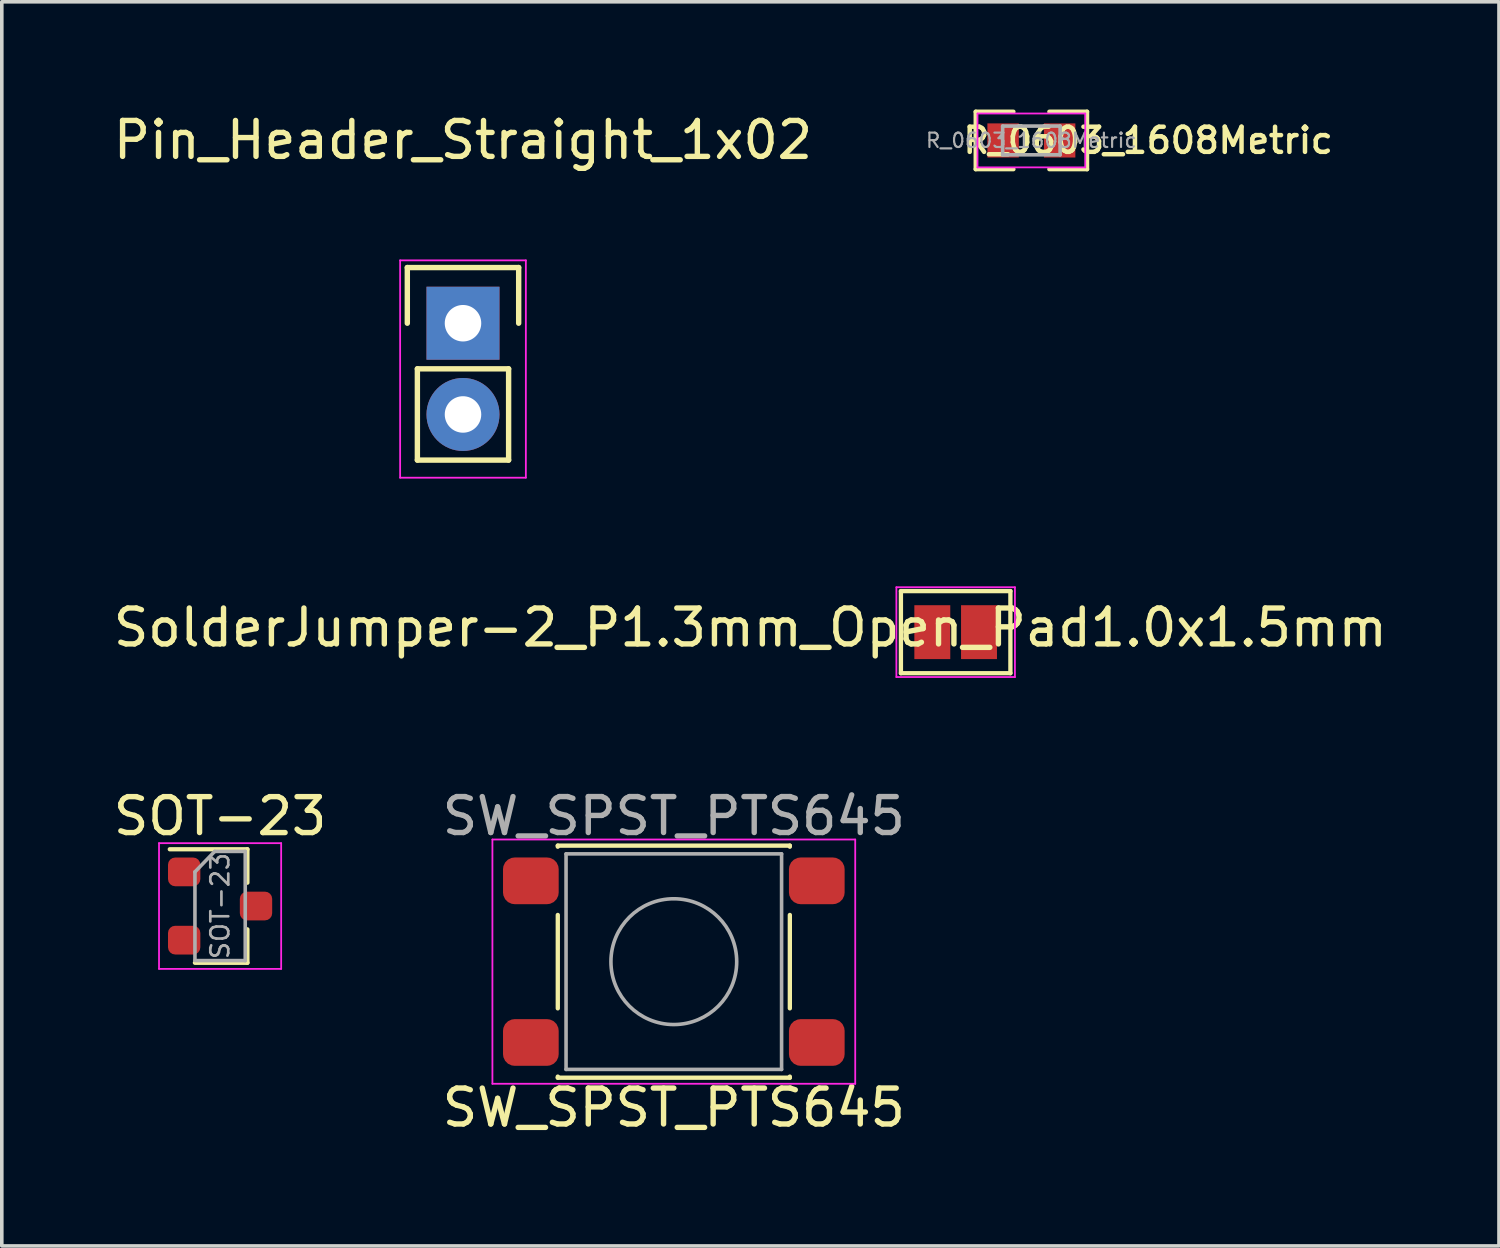
<source format=kicad_pcb>
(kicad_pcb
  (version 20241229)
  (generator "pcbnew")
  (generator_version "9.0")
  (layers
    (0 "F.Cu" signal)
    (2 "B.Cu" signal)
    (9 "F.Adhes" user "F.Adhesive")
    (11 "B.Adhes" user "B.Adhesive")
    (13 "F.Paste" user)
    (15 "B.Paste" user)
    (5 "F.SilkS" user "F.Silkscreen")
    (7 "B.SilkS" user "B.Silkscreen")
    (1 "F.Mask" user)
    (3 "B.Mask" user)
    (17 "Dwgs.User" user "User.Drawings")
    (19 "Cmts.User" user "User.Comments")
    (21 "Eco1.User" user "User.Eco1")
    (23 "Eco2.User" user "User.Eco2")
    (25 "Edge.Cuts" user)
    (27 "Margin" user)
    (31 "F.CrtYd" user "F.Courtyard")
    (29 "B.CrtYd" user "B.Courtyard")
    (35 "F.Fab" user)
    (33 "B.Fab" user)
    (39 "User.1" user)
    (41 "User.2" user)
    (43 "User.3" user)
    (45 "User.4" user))
  (footprint "SW_SPST_PTS645"
    (layer "F.Cu")
    (at 15.708 23.721)
    (property "Reference" "SW_SPST_PTS645" (at 0 4.064 0) (layer "F.SilkS") (effects (font (size 1 1) (thickness 0.15))))
    (attr smd)
    (fp_line (start -3.23 -3.23) (end 3.23 -3.23) (stroke (width 0.12) (type solid)) (layer "F.SilkS"))
    (fp_line (start -3.23 -3.2) (end -3.23 -3.23) (stroke (width 0.12) (type solid)) (layer "F.SilkS"))
    (fp_line (start -3.23 -1.3) (end -3.23 1.3) (stroke (width 0.12) (type solid)) (layer "F.SilkS"))
    (fp_line (start -3.23 3.23) (end -3.23 3.2) (stroke (width 0.12) (type solid)) (layer "F.SilkS"))
    (fp_line (start -3.23 3.23) (end 3.23 3.23) (stroke (width 0.12) (type solid)) (layer "F.SilkS"))
    (fp_line (start 3.23 -3.23) (end 3.23 -3.2) (stroke (width 0.12) (type solid)) (layer "F.SilkS"))
    (fp_line (start 3.23 -1.3) (end 3.23 1.3) (stroke (width 0.12) (type solid)) (layer "F.SilkS"))
    (fp_line (start 3.23 3.23) (end 3.23 3.2) (stroke (width 0.12) (type solid)) (layer "F.SilkS"))
    (fp_line (start -5.05 -3.4) (end -5.05 3.4) (stroke (width 0.05) (type solid)) (layer "F.CrtYd"))
    (fp_line (start -5.05 -3.4) (end 5.05 -3.4) (stroke (width 0.05) (type solid)) (layer "F.CrtYd"))
    (fp_line (start -5.05 3.4) (end 5.05 3.4) (stroke (width 0.05) (type solid)) (layer "F.CrtYd"))
    (fp_line (start 5.05 3.4) (end 5.05 -3.4) (stroke (width 0.05) (type solid)) (layer "F.CrtYd"))
    (fp_line (start -3 -3) (end -3 3) (stroke (width 0.1) (type solid)) (layer "F.Fab"))
    (fp_line (start -3 3) (end 3 3) (stroke (width 0.1) (type solid)) (layer "F.Fab"))
    (fp_line (start 3 -3) (end -3 -3) (stroke (width 0.1) (type solid)) (layer "F.Fab"))
    (fp_line (start 3 3) (end 3 -3) (stroke (width 0.1) (type solid)) (layer "F.Fab"))
    (fp_circle (center 0 0) (end 1.75 -0.05) (stroke (width 0.1) (type solid)) (fill no) (layer "F.Fab"))
    (fp_text user "${REFERENCE}" (at 0 -4.05 0) (layer "F.Fab") (effects (font (size 1 1) (thickness 0.15))))
    (pad "1" smd roundrect (at -3.98 -2.25) (size 1.55 1.3) (layers "F.Cu" "F.Mask" "F.Paste") (roundrect_rratio 0.25))
    (pad "1" smd roundrect (at 3.98 -2.25) (size 1.55 1.3) (layers "F.Cu" "F.Mask" "F.Paste") (roundrect_rratio 0.25))
    (pad "2" smd roundrect (at -3.98 2.25) (size 1.55 1.3) (layers "F.Cu" "F.Mask" "F.Paste") (roundrect_rratio 0.25))
    (pad "2" smd roundrect (at 3.98 2.25) (size 1.55 1.3) (layers "F.Cu" "F.Mask" "F.Paste") (roundrect_rratio 0.25)))
  (footprint "R_0603_1608Metric"
    (layer "F.Cu")
    (at 25.662 0.86)
    (property "Reference" "R_0603_1608Metric" (at 3.25 0 0) (layer "F.SilkS") (effects (font (size 0.7 0.7) (thickness 0.125))))
    (attr smd)
    (fp_line (start -1.55 -0.8) (end -1.55 0.8) (stroke (width 0.12) (type solid)) (layer "F.SilkS"))
    (fp_line (start -1.55 -0.8) (end -0.5 -0.8) (stroke (width 0.12) (type solid)) (layer "F.SilkS"))
    (fp_line (start -1.55 0.8) (end -0.5 0.8) (stroke (width 0.12) (type solid)) (layer "F.SilkS"))
    (fp_line (start 0.5 -0.8) (end 1.55 -0.8) (stroke (width 0.12) (type solid)) (layer "F.SilkS"))
    (fp_line (start 0.5 0.8) (end 1.55 0.8) (stroke (width 0.12) (type solid)) (layer "F.SilkS"))
    (fp_line (start 1.55 -0.8) (end 1.55 0.8) (stroke (width 0.12) (type solid)) (layer "F.SilkS"))
    (fp_line (start -1.5 -0.75) (end 1.5 -0.75) (stroke (width 0.05) (type solid)) (layer "F.CrtYd"))
    (fp_line (start -1.5 0.75) (end -1.5 -0.75) (stroke (width 0.05) (type solid)) (layer "F.CrtYd"))
    (fp_line (start 1.5 -0.75) (end 1.5 0.75) (stroke (width 0.05) (type solid)) (layer "F.CrtYd"))
    (fp_line (start 1.5 0.75) (end -1.5 0.75) (stroke (width 0.05) (type solid)) (layer "F.CrtYd"))
    (fp_line (start -0.8 -0.4) (end 0.8 -0.4) (stroke (width 0.1) (type solid)) (layer "F.Fab"))
    (fp_line (start -0.8 0.4) (end -0.8 -0.4) (stroke (width 0.1) (type solid)) (layer "F.Fab"))
    (fp_line (start 0.8 -0.4) (end 0.8 0.4) (stroke (width 0.1) (type solid)) (layer "F.Fab"))
    (fp_line (start 0.8 0.4) (end -0.8 0.4) (stroke (width 0.1) (type solid)) (layer "F.Fab"))
    (fp_text user "${REFERENCE}" (at 0 0 0) (layer "F.Fab") (effects (font (size 0.4 0.4) (thickness 0.06))))
    (pad "1" smd rect (at -0.787 0) (size 0.875 0.95) (layers "F.Cu" "F.Mask" "F.Paste"))
    (pad "2" smd rect (at 0.787 0) (size 0.875 0.95) (layers "F.Cu" "F.Mask" "F.Paste")))
  (footprint "SOT-23"
    (layer "F.Cu")
    (at 3.077 22.172)
    (property "Reference" "SOT-23" (at 0 -2.5 0) (layer "F.SilkS") (effects (font (size 1 1) (thickness 0.15))))
    (attr smd)
    (fp_line (start 0.76 -1.58) (end -1.4 -1.58) (stroke (width 0.12) (type solid)) (layer "F.SilkS"))
    (fp_line (start 0.76 -1.58) (end 0.76 -0.65) (stroke (width 0.12) (type solid)) (layer "F.SilkS"))
    (fp_line (start 0.76 1.58) (end -0.7 1.58) (stroke (width 0.12) (type solid)) (layer "F.SilkS"))
    (fp_line (start 0.76 1.58) (end 0.76 0.65) (stroke (width 0.12) (type solid)) (layer "F.SilkS"))
    (fp_line (start -1.7 -1.75) (end 1.7 -1.75) (stroke (width 0.05) (type solid)) (layer "F.CrtYd"))
    (fp_line (start -1.7 1.75) (end -1.7 -1.75) (stroke (width 0.05) (type solid)) (layer "F.CrtYd"))
    (fp_line (start 1.7 -1.75) (end 1.7 1.75) (stroke (width 0.05) (type solid)) (layer "F.CrtYd"))
    (fp_line (start 1.7 1.75) (end -1.7 1.75) (stroke (width 0.05) (type solid)) (layer "F.CrtYd"))
    (fp_line (start -0.7 -0.95) (end -0.7 1.5) (stroke (width 0.1) (type solid)) (layer "F.Fab"))
    (fp_line (start -0.7 -0.95) (end -0.15 -1.52) (stroke (width 0.1) (type solid)) (layer "F.Fab"))
    (fp_line (start -0.7 1.52) (end 0.7 1.52) (stroke (width 0.1) (type solid)) (layer "F.Fab"))
    (fp_line (start -0.15 -1.52) (end 0.7 -1.52) (stroke (width 0.1) (type solid)) (layer "F.Fab"))
    (fp_line (start 0.7 -1.52) (end 0.7 1.52) (stroke (width 0.1) (type solid)) (layer "F.Fab"))
    (fp_text user "${REFERENCE}" (at 0 0 90) (layer "F.Fab") (effects (font (size 0.5 0.5) (thickness 0.075))))
    (pad "1" smd roundrect (at -1 -0.95) (size 0.9 0.8) (layers "F.Cu" "F.Mask" "F.Paste") (roundrect_rratio 0.25))
    (pad "2" smd roundrect (at -1 0.95) (size 0.9 0.8) (layers "F.Cu" "F.Mask" "F.Paste") (roundrect_rratio 0.25))
    (pad "3" smd roundrect (at 1 0) (size 0.9 0.8) (layers "F.Cu" "F.Mask" "F.Paste") (roundrect_rratio 0.25)))
  (footprint "Pin_Header_Straight_1x02"
    (layer "F.Cu")
    (at 9.839 5.948)
    (property "Reference" "Pin_Header_Straight_1x02" (at 0 -5.1 0) (layer "F.SilkS") (effects (font (size 1 1) (thickness 0.15))))
    (attr through_hole)
    (fp_line (start -1.55 -1.55) (end 1.55 -1.55) (stroke (width 0.15) (type solid)) (layer "F.SilkS"))
    (fp_line (start -1.55 0) (end -1.55 -1.55) (stroke (width 0.15) (type solid)) (layer "F.SilkS"))
    (fp_line (start -1.27 1.27) (end -1.27 3.81) (stroke (width 0.15) (type solid)) (layer "F.SilkS"))
    (fp_line (start -1.27 3.81) (end 1.27 3.81) (stroke (width 0.15) (type solid)) (layer "F.SilkS"))
    (fp_line (start 1.27 1.27) (end -1.27 1.27) (stroke (width 0.15) (type solid)) (layer "F.SilkS"))
    (fp_line (start 1.27 1.27) (end 1.27 3.81) (stroke (width 0.15) (type solid)) (layer "F.SilkS"))
    (fp_line (start 1.55 -1.55) (end 1.55 0) (stroke (width 0.15) (type solid)) (layer "F.SilkS"))
    (fp_line (start -1.75 -1.75) (end -1.75 4.3) (stroke (width 0.05) (type solid)) (layer "F.CrtYd"))
    (fp_line (start -1.75 -1.75) (end 1.75 -1.75) (stroke (width 0.05) (type solid)) (layer "F.CrtYd"))
    (fp_line (start -1.75 4.3) (end 1.75 4.3) (stroke (width 0.05) (type solid)) (layer "F.CrtYd"))
    (fp_line (start 1.75 -1.75) (end 1.75 4.3) (stroke (width 0.05) (type solid)) (layer "F.CrtYd"))
    (pad "1" thru_hole rect (at 0 0) (size 2.032 2.032) (drill 1.016) (layers "*.Cu" "*.Mask"))
    (pad "2" thru_hole oval (at 0 2.54) (size 2.032 2.032) (drill 1.016) (layers "*.Cu" "*.Mask")))
  (footprint "SolderJumper-2_P1.3mm_Open_Pad1.0x1.5mm"
    (layer "F.Cu")
    (at 23.554 14.548)
    (property "Reference" "SolderJumper-2_P1.3mm_Open_Pad1.0x1.5mm" (at -5.715 -0.127 0) (layer "F.SilkS") (effects (font (size 1 1) (thickness 0.15))))
    (attr exclude_from_pos_files exclude_from_bom)
    (fp_line (start -1.524 -1.143) (end 1.524 -1.143) (stroke (width 0.12) (type solid)) (layer "F.SilkS"))
    (fp_line (start -1.524 1.143) (end -1.524 -1.143) (stroke (width 0.12) (type solid)) (layer "F.SilkS"))
    (fp_line (start 1.524 -1.143) (end 1.524 1.143) (stroke (width 0.12) (type solid)) (layer "F.SilkS"))
    (fp_line (start 1.524 1.143) (end -1.524 1.143) (stroke (width 0.12) (type solid)) (layer "F.SilkS"))
    (fp_line (start -1.65 -1.25) (end -1.65 1.25) (stroke (width 0.05) (type solid)) (layer "F.CrtYd"))
    (fp_line (start -1.65 -1.25) (end 1.65 -1.25) (stroke (width 0.05) (type solid)) (layer "F.CrtYd"))
    (fp_line (start 1.65 1.25) (end -1.65 1.25) (stroke (width 0.05) (type solid)) (layer "F.CrtYd"))
    (fp_line (start 1.65 1.25) (end 1.65 -1.25) (stroke (width 0.05) (type solid)) (layer "F.CrtYd"))
    (pad "1" smd rect (at -0.65 0) (size 1 1.5) (layers "F.Cu" "F.Mask"))
    (pad "2" smd rect (at 0.65 0) (size 1 1.5) (layers "F.Cu" "F.Mask")))
  (gr_rect
    (start -3 -3)
    (end 38.679 31.634)
    (stroke (width 0.1) (type default))
    (fill no)
    (layer "Edge.Cuts")))
</source>
